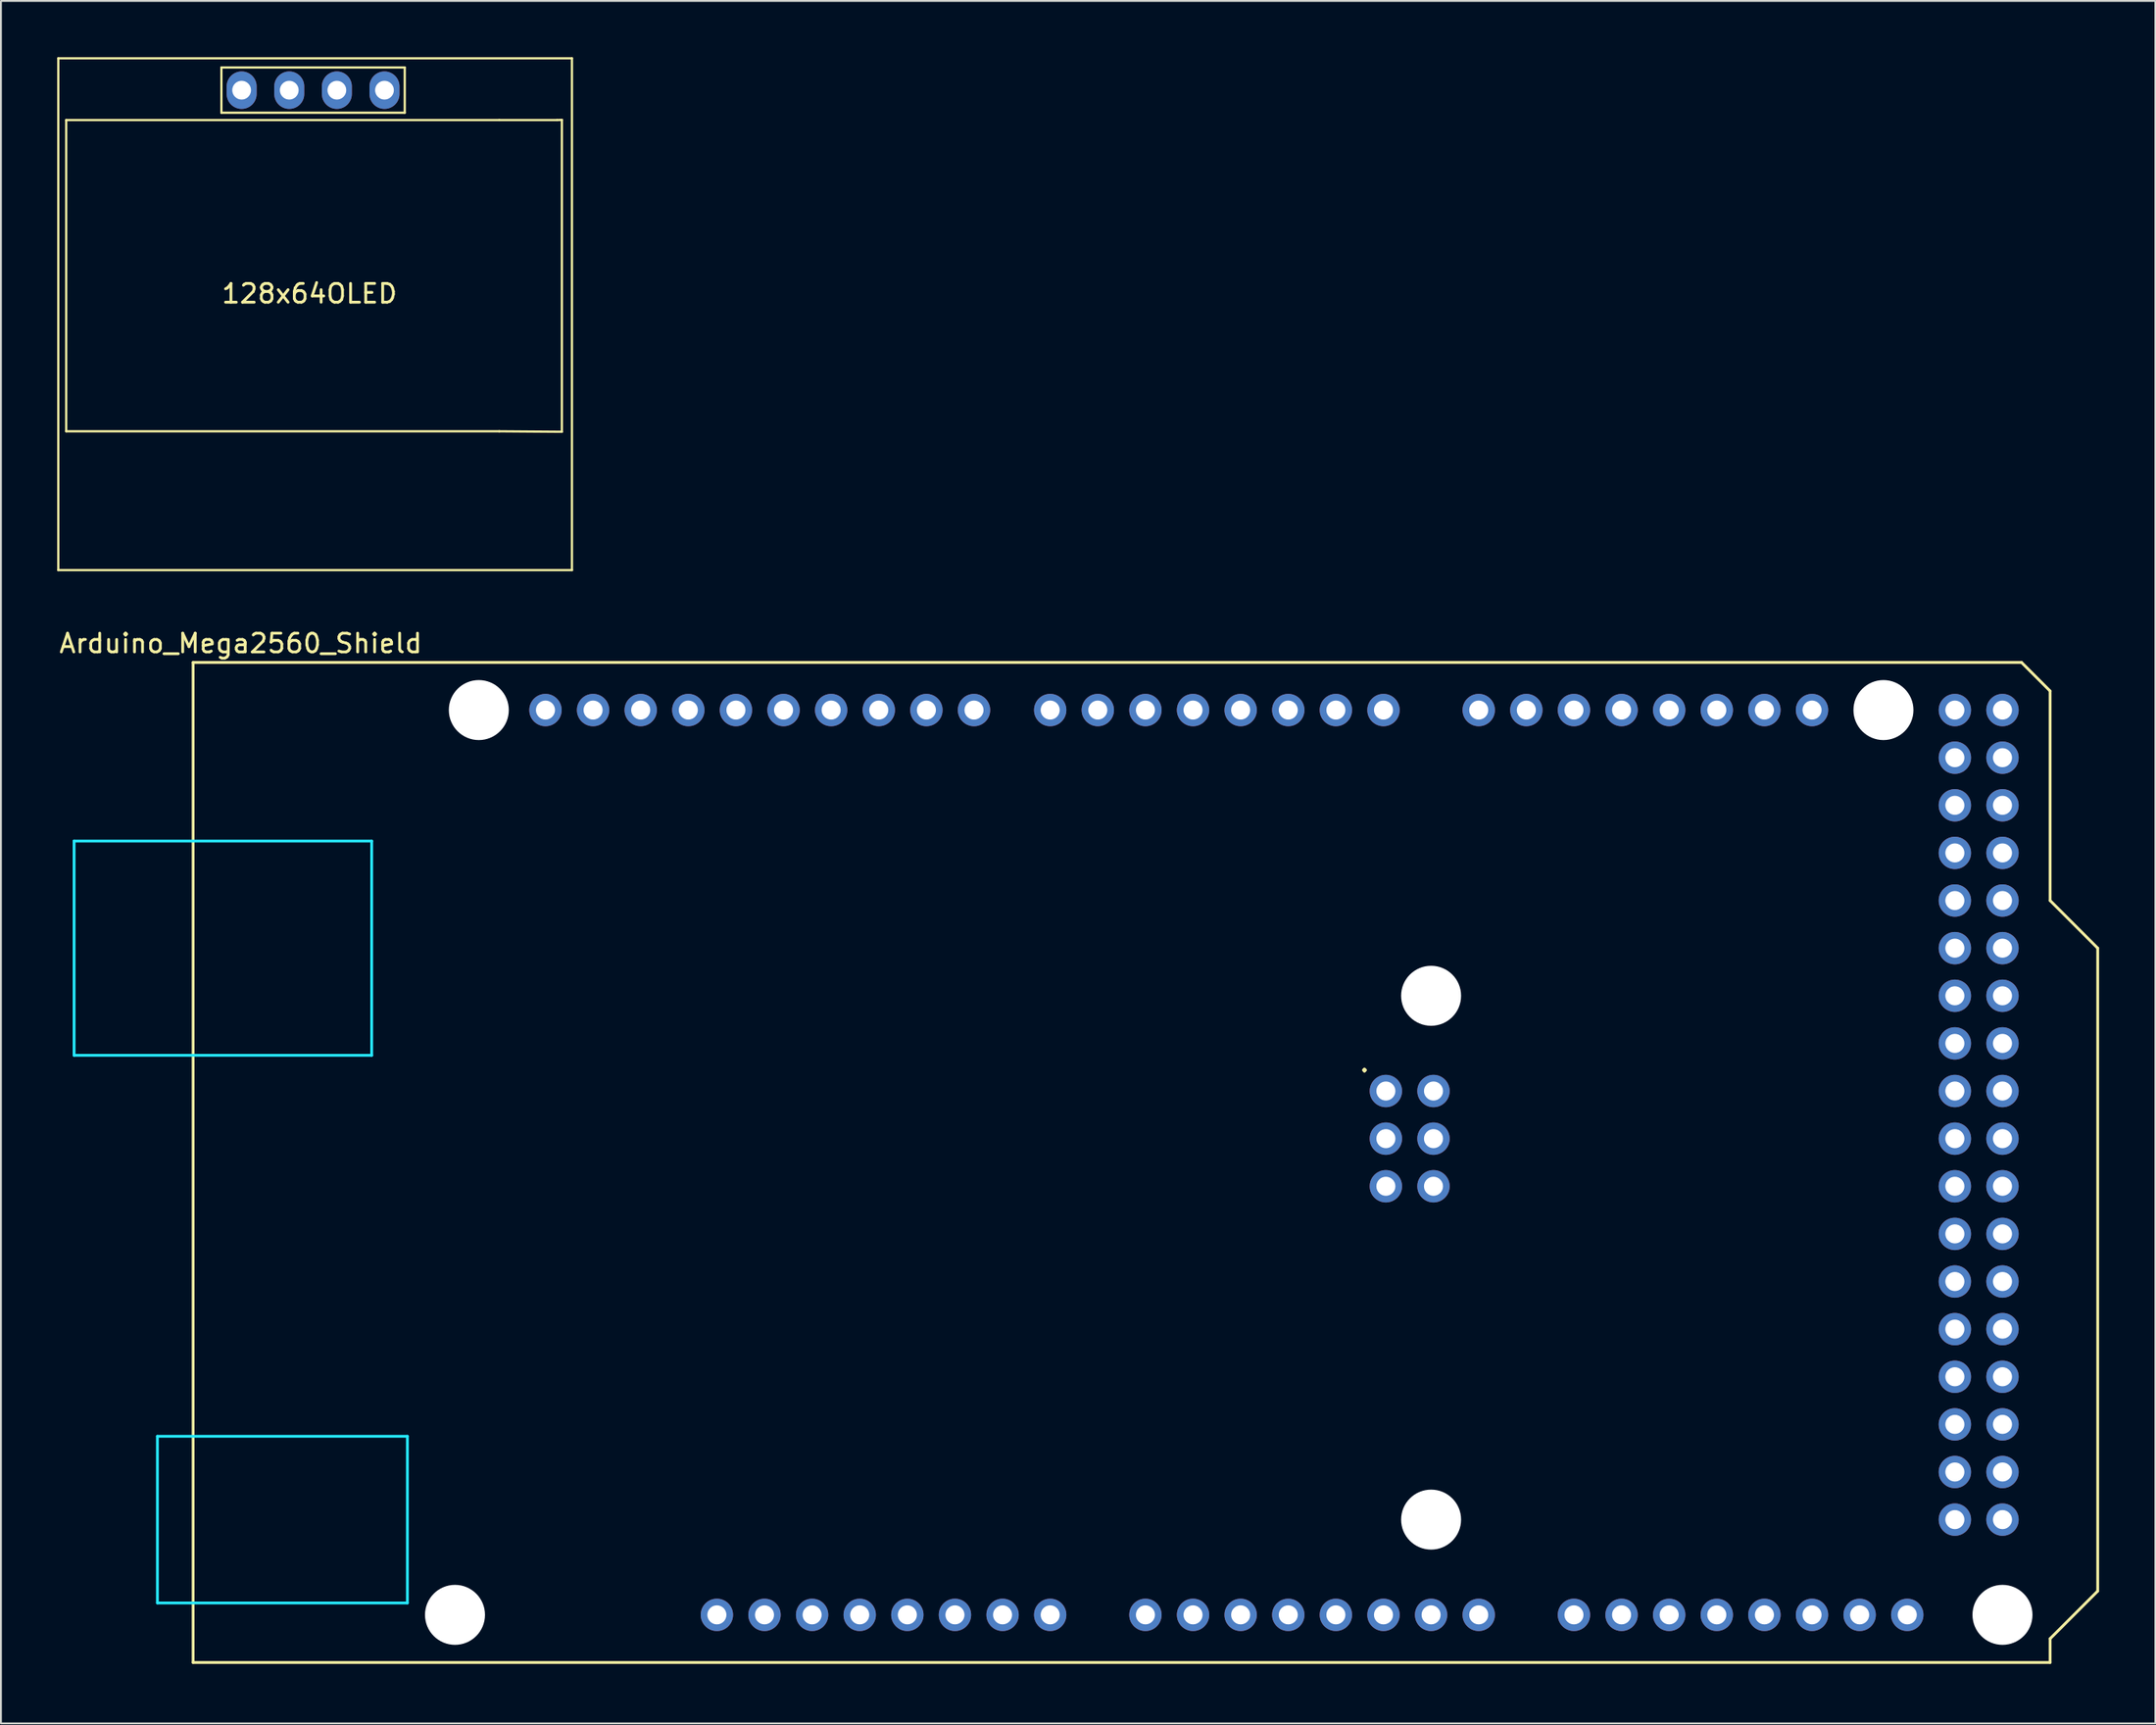
<source format=kicad_pcb>
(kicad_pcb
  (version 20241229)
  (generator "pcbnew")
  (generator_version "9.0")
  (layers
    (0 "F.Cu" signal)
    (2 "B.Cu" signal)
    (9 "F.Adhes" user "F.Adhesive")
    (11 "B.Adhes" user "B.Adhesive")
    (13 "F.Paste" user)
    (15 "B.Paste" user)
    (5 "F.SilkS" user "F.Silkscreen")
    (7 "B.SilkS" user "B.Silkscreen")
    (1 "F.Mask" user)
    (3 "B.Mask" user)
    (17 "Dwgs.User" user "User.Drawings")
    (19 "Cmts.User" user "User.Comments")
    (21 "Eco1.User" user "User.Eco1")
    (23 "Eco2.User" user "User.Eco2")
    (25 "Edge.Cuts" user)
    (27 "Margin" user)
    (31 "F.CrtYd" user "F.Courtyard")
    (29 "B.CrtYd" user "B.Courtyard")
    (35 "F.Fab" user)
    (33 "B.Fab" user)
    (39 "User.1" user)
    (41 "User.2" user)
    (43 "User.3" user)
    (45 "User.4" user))
  (footprint "Arduino_Mega2560_Shield"
    (layer "F.Cu")
    (at 7.252 85.624)
    (property "Reference" "Arduino_Mega2560_Shield" (at 2.54 -54.356 0) (layer "F.SilkS") (effects (font (size 1 1) (thickness 0.15))))
    (attr through_hole)
    (fp_line (start 0 -53.34) (end 0 0) (stroke (width 0.15) (type solid)) (layer "F.SilkS"))
    (fp_line (start 0 -53.34) (end 97.536 -53.34) (stroke (width 0.15) (type solid)) (layer "F.SilkS"))
    (fp_line (start 0 0) (end 99.06 0) (stroke (width 0.15) (type solid)) (layer "F.SilkS"))
    (fp_line (start 97.536 -53.34) (end 99.06 -51.816) (stroke (width 0.15) (type solid)) (layer "F.SilkS"))
    (fp_line (start 99.06 -40.64) (end 99.06 -51.816) (stroke (width 0.15) (type solid)) (layer "F.SilkS"))
    (fp_line (start 99.06 -1.27) (end 101.6 -3.81) (stroke (width 0.15) (type solid)) (layer "F.SilkS"))
    (fp_line (start 99.06 0) (end 99.06 -1.27) (stroke (width 0.15) (type solid)) (layer "F.SilkS"))
    (fp_line (start 101.6 -38.1) (end 99.06 -40.64) (stroke (width 0.15) (type solid)) (layer "F.SilkS"))
    (fp_line (start 101.6 -3.81) (end 101.6 -38.1) (stroke (width 0.15) (type solid)) (layer "F.SilkS"))
    (fp_line (start -6.35 -43.815) (end -6.35 -32.385) (stroke (width 0.15) (type solid)) (layer "B.CrtYd"))
    (fp_line (start -1.905 -12.065) (end -1.905 -3.175) (stroke (width 0.15) (type solid)) (layer "B.CrtYd"))
    (fp_line (start -1.905 -12.065) (end 11.43 -12.065) (stroke (width 0.15) (type solid)) (layer "B.CrtYd"))
    (fp_line (start -1.905 -3.175) (end 11.43 -3.175) (stroke (width 0.15) (type solid)) (layer "B.CrtYd"))
    (fp_line (start 9.525 -43.815) (end -6.35 -43.815) (stroke (width 0.15) (type solid)) (layer "B.CrtYd"))
    (fp_line (start 9.525 -43.815) (end 9.525 -32.385) (stroke (width 0.15) (type solid)) (layer "B.CrtYd"))
    (fp_line (start 9.525 -32.385) (end -6.35 -32.385) (stroke (width 0.15) (type solid)) (layer "B.CrtYd"))
    (fp_line (start 11.43 -12.065) (end 11.43 -3.175) (stroke (width 0.15) (type solid)) (layer "B.CrtYd"))
    (fp_text user "." (at 62.484 -32.004 0) (layer "F.SilkS") (effects (font (size 1 1) (thickness 0.15))))
    (pad "" np_thru_hole circle (at 13.97 -2.54) (size 3.2 3.2) (drill 3.2) (layers "*.Cu" "*.Mask"))
    (pad "" np_thru_hole circle (at 15.24 -50.8) (size 3.2 3.2) (drill 3.2) (layers "*.Cu" "*.Mask"))
    (pad "" thru_hole oval (at 27.94 -2.54) (size 1.727 1.727) (drill 1.016) (layers "*.Cu" "*.Mask"))
    (pad "" np_thru_hole circle (at 66.04 -35.56) (size 3.2 3.2) (drill 3.2) (layers "*.Cu" "*.Mask"))
    (pad "" np_thru_hole circle (at 66.04 -7.62) (size 3.2 3.2) (drill 3.2) (layers "*.Cu" "*.Mask"))
    (pad "" np_thru_hole circle (at 90.17 -50.8) (size 3.2 3.2) (drill 3.2) (layers "*.Cu" "*.Mask"))
    (pad "" np_thru_hole circle (at 96.52 -2.54) (size 3.2 3.2) (drill 3.2) (layers "*.Cu" "*.Mask"))
    (pad "3V3" thru_hole oval (at 35.56 -2.54) (size 1.727 1.727) (drill 1.016) (layers "*.Cu" "*.Mask"))
    (pad "5V1" thru_hole oval (at 38.1 -2.54) (size 1.727 1.727) (drill 1.016) (layers "*.Cu" "*.Mask"))
    (pad "5V2" thru_hole oval (at 66.167 -30.48) (size 1.727 1.727) (drill 1.016) (layers "*.Cu" "*.Mask"))
    (pad "5V3" thru_hole oval (at 93.98 -50.8) (size 1.727 1.727) (drill 1.016) (layers "*.Cu" "*.Mask"))
    (pad "5V4" thru_hole oval (at 96.52 -50.8) (size 1.727 1.727) (drill 1.016) (layers "*.Cu" "*.Mask"))
    (pad "A0" thru_hole oval (at 50.8 -2.54) (size 1.727 1.727) (drill 1.016) (layers "*.Cu" "*.Mask"))
    (pad "A1" thru_hole oval (at 53.34 -2.54) (size 1.727 1.727) (drill 1.016) (layers "*.Cu" "*.Mask"))
    (pad "A2" thru_hole oval (at 55.88 -2.54) (size 1.727 1.727) (drill 1.016) (layers "*.Cu" "*.Mask"))
    (pad "A3" thru_hole oval (at 58.42 -2.54) (size 1.727 1.727) (drill 1.016) (layers "*.Cu" "*.Mask"))
    (pad "A4" thru_hole oval (at 60.96 -2.54) (size 1.727 1.727) (drill 1.016) (layers "*.Cu" "*.Mask"))
    (pad "A5" thru_hole oval (at 63.5 -2.54) (size 1.727 1.727) (drill 1.016) (layers "*.Cu" "*.Mask"))
    (pad "A6" thru_hole oval (at 66.04 -2.54) (size 1.727 1.727) (drill 1.016) (layers "*.Cu" "*.Mask"))
    (pad "A7" thru_hole oval (at 68.58 -2.54) (size 1.727 1.727) (drill 1.016) (layers "*.Cu" "*.Mask"))
    (pad "A8" thru_hole oval (at 73.66 -2.54) (size 1.727 1.727) (drill 1.016) (layers "*.Cu" "*.Mask"))
    (pad "A9" thru_hole oval (at 76.2 -2.54) (size 1.727 1.727) (drill 1.016) (layers "*.Cu" "*.Mask"))
    (pad "A10" thru_hole oval (at 78.74 -2.54) (size 1.727 1.727) (drill 1.016) (layers "*.Cu" "*.Mask"))
    (pad "A11" thru_hole oval (at 81.28 -2.54) (size 1.727 1.727) (drill 1.016) (layers "*.Cu" "*.Mask"))
    (pad "A12" thru_hole oval (at 83.82 -2.54) (size 1.727 1.727) (drill 1.016) (layers "*.Cu" "*.Mask"))
    (pad "A13" thru_hole oval (at 86.36 -2.54) (size 1.727 1.727) (drill 1.016) (layers "*.Cu" "*.Mask"))
    (pad "A14" thru_hole oval (at 88.9 -2.54) (size 1.727 1.727) (drill 1.016) (layers "*.Cu" "*.Mask"))
    (pad "A15" thru_hole oval (at 91.44 -2.54) (size 1.727 1.727) (drill 1.016) (layers "*.Cu" "*.Mask"))
    (pad "AREF" thru_hole oval (at 23.876 -50.8) (size 1.727 1.727) (drill 1.016) (layers "*.Cu" "*.Mask"))
    (pad "D0" thru_hole oval (at 63.5 -50.8) (size 1.727 1.727) (drill 1.016) (layers "*.Cu" "*.Mask"))
    (pad "D1" thru_hole oval (at 60.96 -50.8) (size 1.727 1.727) (drill 1.016) (layers "*.Cu" "*.Mask"))
    (pad "D2" thru_hole oval (at 58.42 -50.8) (size 1.727 1.727) (drill 1.016) (layers "*.Cu" "*.Mask"))
    (pad "D3" thru_hole oval (at 55.88 -50.8) (size 1.727 1.727) (drill 1.016) (layers "*.Cu" "*.Mask"))
    (pad "D4" thru_hole oval (at 53.34 -50.8) (size 1.727 1.727) (drill 1.016) (layers "*.Cu" "*.Mask"))
    (pad "D5" thru_hole oval (at 50.8 -50.8) (size 1.727 1.727) (drill 1.016) (layers "*.Cu" "*.Mask"))
    (pad "D6" thru_hole oval (at 48.26 -50.8) (size 1.727 1.727) (drill 1.016) (layers "*.Cu" "*.Mask"))
    (pad "D7" thru_hole oval (at 45.72 -50.8) (size 1.727 1.727) (drill 1.016) (layers "*.Cu" "*.Mask"))
    (pad "D8" thru_hole oval (at 41.656 -50.8) (size 1.727 1.727) (drill 1.016) (layers "*.Cu" "*.Mask"))
    (pad "D9" thru_hole oval (at 39.116 -50.8) (size 1.727 1.727) (drill 1.016) (layers "*.Cu" "*.Mask"))
    (pad "D10" thru_hole oval (at 36.576 -50.8) (size 1.727 1.727) (drill 1.016) (layers "*.Cu" "*.Mask"))
    (pad "D11" thru_hole oval (at 34.036 -50.8) (size 1.727 1.727) (drill 1.016) (layers "*.Cu" "*.Mask"))
    (pad "D12" thru_hole oval (at 31.496 -50.8) (size 1.727 1.727) (drill 1.016) (layers "*.Cu" "*.Mask"))
    (pad "D13" thru_hole oval (at 28.956 -50.8) (size 1.727 1.727) (drill 1.016) (layers "*.Cu" "*.Mask"))
    (pad "D14" thru_hole oval (at 68.58 -50.8) (size 1.727 1.727) (drill 1.016) (layers "*.Cu" "*.Mask"))
    (pad "D15" thru_hole oval (at 71.12 -50.8) (size 1.727 1.727) (drill 1.016) (layers "*.Cu" "*.Mask"))
    (pad "D16" thru_hole oval (at 73.66 -50.8) (size 1.727 1.727) (drill 1.016) (layers "*.Cu" "*.Mask"))
    (pad "D17" thru_hole oval (at 76.2 -50.8) (size 1.727 1.727) (drill 1.016) (layers "*.Cu" "*.Mask"))
    (pad "D18" thru_hole oval (at 78.74 -50.8) (size 1.727 1.727) (drill 1.016) (layers "*.Cu" "*.Mask"))
    (pad "D19" thru_hole oval (at 81.28 -50.8) (size 1.727 1.727) (drill 1.016) (layers "*.Cu" "*.Mask"))
    (pad "D20" thru_hole oval (at 83.82 -50.8) (size 1.727 1.727) (drill 1.016) (layers "*.Cu" "*.Mask"))
    (pad "D21" thru_hole oval (at 86.36 -50.8) (size 1.727 1.727) (drill 1.016) (layers "*.Cu" "*.Mask"))
    (pad "D22" thru_hole oval (at 93.98 -48.26) (size 1.727 1.727) (drill 1.016) (layers "*.Cu" "*.Mask"))
    (pad "D23" thru_hole oval (at 96.52 -48.26) (size 1.727 1.727) (drill 1.016) (layers "*.Cu" "*.Mask"))
    (pad "D24" thru_hole oval (at 93.98 -45.72) (size 1.727 1.727) (drill 1.016) (layers "*.Cu" "*.Mask"))
    (pad "D25" thru_hole oval (at 96.52 -45.72) (size 1.727 1.727) (drill 1.016) (layers "*.Cu" "*.Mask"))
    (pad "D26" thru_hole oval (at 93.98 -43.18) (size 1.727 1.727) (drill 1.016) (layers "*.Cu" "*.Mask"))
    (pad "D27" thru_hole oval (at 96.52 -43.18) (size 1.727 1.727) (drill 1.016) (layers "*.Cu" "*.Mask"))
    (pad "D28" thru_hole oval (at 93.98 -40.64) (size 1.727 1.727) (drill 1.016) (layers "*.Cu" "*.Mask"))
    (pad "D29" thru_hole oval (at 96.52 -40.64) (size 1.727 1.727) (drill 1.016) (layers "*.Cu" "*.Mask"))
    (pad "D30" thru_hole oval (at 93.98 -38.1) (size 1.727 1.727) (drill 1.016) (layers "*.Cu" "*.Mask"))
    (pad "D31" thru_hole oval (at 96.52 -38.1) (size 1.727 1.727) (drill 1.016) (layers "*.Cu" "*.Mask"))
    (pad "D32" thru_hole oval (at 93.98 -35.56) (size 1.727 1.727) (drill 1.016) (layers "*.Cu" "*.Mask"))
    (pad "D33" thru_hole oval (at 96.52 -35.56) (size 1.727 1.727) (drill 1.016) (layers "*.Cu" "*.Mask"))
    (pad "D34" thru_hole oval (at 93.98 -33.02) (size 1.727 1.727) (drill 1.016) (layers "*.Cu" "*.Mask"))
    (pad "D35" thru_hole oval (at 96.52 -33.02) (size 1.727 1.727) (drill 1.016) (layers "*.Cu" "*.Mask"))
    (pad "D36" thru_hole oval (at 93.98 -30.48) (size 1.727 1.727) (drill 1.016) (layers "*.Cu" "*.Mask"))
    (pad "D37" thru_hole oval (at 96.52 -30.48) (size 1.727 1.727) (drill 1.016) (layers "*.Cu" "*.Mask"))
    (pad "D38" thru_hole oval (at 93.98 -27.94) (size 1.727 1.727) (drill 1.016) (layers "*.Cu" "*.Mask"))
    (pad "D39" thru_hole oval (at 96.52 -27.94) (size 1.727 1.727) (drill 1.016) (layers "*.Cu" "*.Mask"))
    (pad "D40" thru_hole oval (at 93.98 -25.4) (size 1.727 1.727) (drill 1.016) (layers "*.Cu" "*.Mask"))
    (pad "D41" thru_hole oval (at 96.52 -25.4) (size 1.727 1.727) (drill 1.016) (layers "*.Cu" "*.Mask"))
    (pad "D42" thru_hole oval (at 93.98 -22.86) (size 1.727 1.727) (drill 1.016) (layers "*.Cu" "*.Mask"))
    (pad "D43" thru_hole oval (at 96.52 -22.86) (size 1.727 1.727) (drill 1.016) (layers "*.Cu" "*.Mask"))
    (pad "D44" thru_hole oval (at 93.98 -20.32) (size 1.727 1.727) (drill 1.016) (layers "*.Cu" "*.Mask"))
    (pad "D45" thru_hole oval (at 96.52 -20.32) (size 1.727 1.727) (drill 1.016) (layers "*.Cu" "*.Mask"))
    (pad "D46" thru_hole oval (at 93.98 -17.78) (size 1.727 1.727) (drill 1.016) (layers "*.Cu" "*.Mask"))
    (pad "D47" thru_hole oval (at 96.52 -17.78) (size 1.727 1.727) (drill 1.016) (layers "*.Cu" "*.Mask"))
    (pad "D48" thru_hole oval (at 93.98 -15.24) (size 1.727 1.727) (drill 1.016) (layers "*.Cu" "*.Mask"))
    (pad "D49" thru_hole oval (at 96.52 -15.24) (size 1.727 1.727) (drill 1.016) (layers "*.Cu" "*.Mask"))
    (pad "D50" thru_hole oval (at 93.98 -12.7) (size 1.727 1.727) (drill 1.016) (layers "*.Cu" "*.Mask"))
    (pad "D51" thru_hole oval (at 96.52 -12.7) (size 1.727 1.727) (drill 1.016) (layers "*.Cu" "*.Mask"))
    (pad "D52" thru_hole oval (at 93.98 -10.16) (size 1.727 1.727) (drill 1.016) (layers "*.Cu" "*.Mask"))
    (pad "D53" thru_hole oval (at 96.52 -10.16) (size 1.727 1.727) (drill 1.016) (layers "*.Cu" "*.Mask"))
    (pad "GND1" thru_hole oval (at 26.416 -50.8) (size 1.727 1.727) (drill 1.016) (layers "*.Cu" "*.Mask"))
    (pad "GND2" thru_hole oval (at 40.64 -2.54) (size 1.727 1.727) (drill 1.016) (layers "*.Cu" "*.Mask"))
    (pad "GND3" thru_hole oval (at 43.18 -2.54) (size 1.727 1.727) (drill 1.016) (layers "*.Cu" "*.Mask"))
    (pad "GND4" thru_hole oval (at 66.167 -25.4) (size 1.727 1.727) (drill 1.016) (layers "*.Cu" "*.Mask"))
    (pad "GND5" thru_hole oval (at 93.98 -7.62) (size 1.727 1.727) (drill 1.016) (layers "*.Cu" "*.Mask"))
    (pad "GND6" thru_hole oval (at 96.52 -7.62) (size 1.727 1.727) (drill 1.016) (layers "*.Cu" "*.Mask"))
    (pad "IORF" thru_hole oval (at 30.48 -2.54) (size 1.727 1.727) (drill 1.016) (layers "*.Cu" "*.Mask"))
    (pad "MISO" thru_hole oval (at 63.627 -30.48) (size 1.727 1.727) (drill 1.016) (layers "*.Cu" "*.Mask"))
    (pad "MOSI" thru_hole oval (at 66.167 -27.94) (size 1.727 1.727) (drill 1.016) (layers "*.Cu" "*.Mask"))
    (pad "RST1" thru_hole oval (at 33.02 -2.54) (size 1.727 1.727) (drill 1.016) (layers "*.Cu" "*.Mask"))
    (pad "RST2" thru_hole oval (at 63.627 -25.4) (size 1.727 1.727) (drill 1.016) (layers "*.Cu" "*.Mask"))
    (pad "SCK" thru_hole oval (at 63.627 -27.94) (size 1.727 1.727) (drill 1.016) (layers "*.Cu" "*.Mask"))
    (pad "SCL" thru_hole oval (at 18.796 -50.8) (size 1.727 1.727) (drill 1.016) (layers "*.Cu" "*.Mask"))
    (pad "SDA" thru_hole oval (at 21.336 -50.8) (size 1.727 1.727) (drill 1.016) (layers "*.Cu" "*.Mask"))
    (pad "VIN" thru_hole oval (at 45.72 -2.54) (size 1.727 1.727) (drill 1.016) (layers "*.Cu" "*.Mask")))
  (footprint "128x64OLED"
    (layer "F.Cu")
    (at 13.46 12.36)
    (property "Reference" "128x64OLED" (at 0 0.254 0) (layer "F.SilkS") (effects (font (size 1 1) (thickness 0.15))))
    (attr through_hole)
    (fp_line (start -13.4 -12.3) (end 14 -12.3) (stroke (width 0.12) (type solid)) (layer "F.SilkS"))
    (fp_line (start -13.4 15) (end -13.4 -12.3) (stroke (width 0.12) (type solid)) (layer "F.SilkS"))
    (fp_line (start -12.978 -9.005) (end 10.122 -9.005) (stroke (width 0.12) (type solid)) (layer "F.SilkS"))
    (fp_line (start -12.978 7.595) (end -12.978 -9.005) (stroke (width 0.12) (type solid)) (layer "F.SilkS"))
    (fp_line (start -4.699 -11.811) (end -4.699 -9.398) (stroke (width 0.12) (type solid)) (layer "F.SilkS"))
    (fp_line (start -4.699 -11.811) (end 5.08 -11.811) (stroke (width 0.12) (type solid)) (layer "F.SilkS"))
    (fp_line (start 5.08 -11.811) (end 5.08 -9.398) (stroke (width 0.12) (type solid)) (layer "F.SilkS"))
    (fp_line (start 5.08 -9.398) (end -4.699 -9.398) (stroke (width 0.12) (type solid)) (layer "F.SilkS"))
    (fp_line (start 10.122 -9.005) (end 13.208 -9.005) (stroke (width 0.12) (type solid)) (layer "F.SilkS"))
    (fp_line (start 10.122 7.595) (end -12.978 7.595) (stroke (width 0.12) (type solid)) (layer "F.SilkS"))
    (fp_line (start 10.122 7.595) (end 13.462 7.62) (stroke (width 0.12) (type solid)) (layer "F.SilkS"))
    (fp_line (start 13.462 -9.017) (end 13.208 -9.005) (stroke (width 0.12) (type solid)) (layer "F.SilkS"))
    (fp_line (start 13.462 7.62) (end 13.462 -9.017) (stroke (width 0.12) (type solid)) (layer "F.SilkS"))
    (fp_line (start 14 -12.3) (end 14 15) (stroke (width 0.12) (type solid)) (layer "F.SilkS"))
    (fp_line (start 14 15) (end -13.4 15) (stroke (width 0.12) (type solid)) (layer "F.SilkS"))
    (pad "1" thru_hole oval (at -3.62 -10.6 90) (size 2 1.6) (drill 1) (layers "*.Cu" "*.Mask"))
    (pad "2" thru_hole oval (at -1.08 -10.6 90) (size 2 1.6) (drill 1) (layers "*.Cu" "*.Mask"))
    (pad "3" thru_hole oval (at 1.46 -10.6 90) (size 2 1.6) (drill 1) (layers "*.Cu" "*.Mask"))
    (pad "4" thru_hole oval (at 4 -10.6 90) (size 2 1.6) (drill 1) (layers "*.Cu" "*.Mask")))
  (gr_rect
    (start -3 -3)
    (end 111.927 88.874)
    (stroke (width 0.1) (type default))
    (fill no)
    (layer "Edge.Cuts")))
</source>
